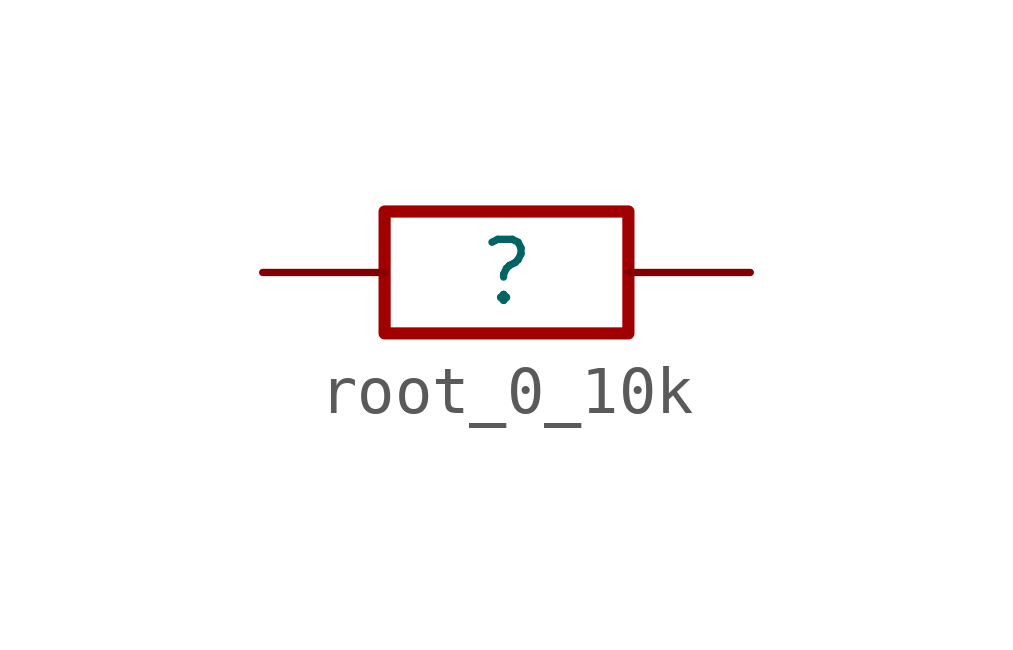
<source format=kicad_sym>
(kicad_symbol_lib
  (version 20231120)
  (generator "kicad_symbol_editor")
  (generator_version "8.0")
  (symbol "root_0_10k"
    (property "Reference" ""
      (at 0 0 0)
      (effects (font (size 1.27 1.27))))
    (property "Value" ""
      (at 0 0 0)
      (effects (font (size 1.27 1.27))))
    (symbol "root_0_10k_1_0"
      (rectangle (start -2.54 1.27) (end 2.54 -1.27) (stroke (width 0.254) (type solid) (color 160 0 0 1)) (fill (type none)))
      (pin passive line (at -5.08 0 0) (length 2.54) (name "1" (effects (font (size 0 0)))) (number "1" (effects (font (size 0 0)))))
      (pin passive line (at 5.08 0 180) (length 2.54) (name "2" (effects (font (size 0 0)))) (number "2" (effects (font (size 0 0))))))))
</source>
